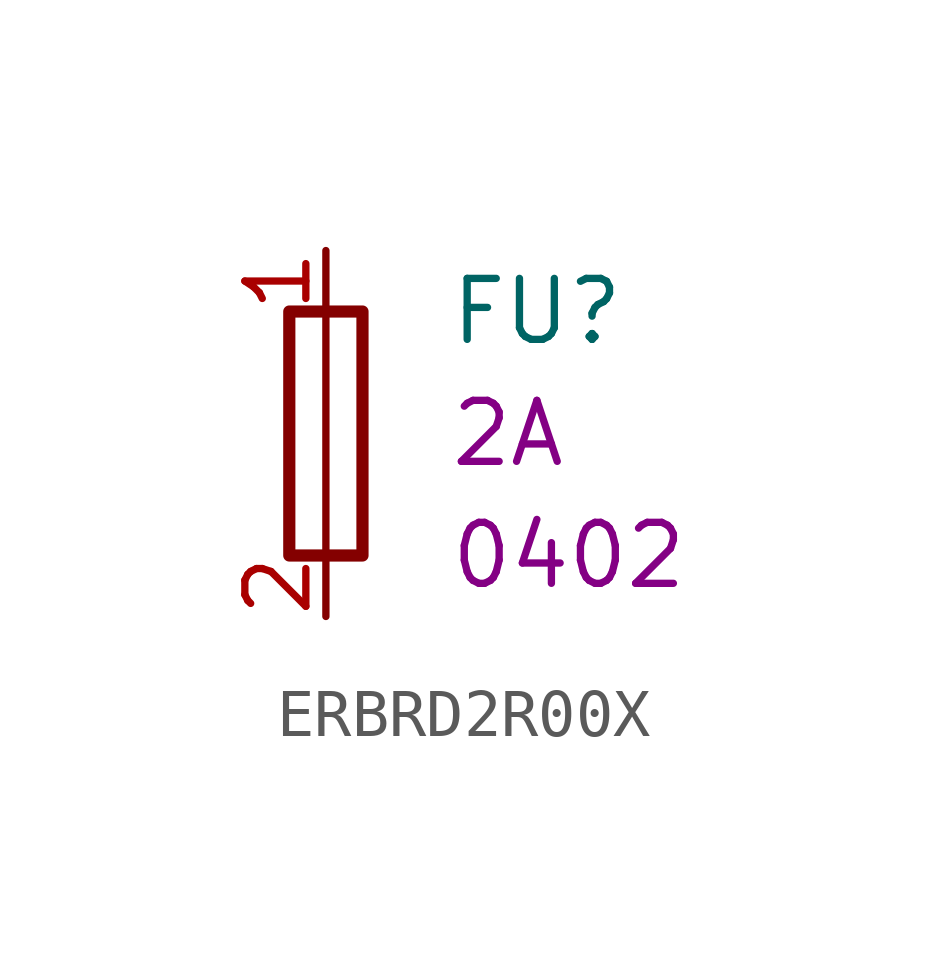
<source format=kicad_sym>
(kicad_symbol_lib
  (version 20231120)
  (generator "kicad_symbol_editor")
  (generator_version "8.0")
  (symbol "ERBRD2R00X"
    (property "Reference" "FU"
      (at 2.54 2.54 0)
      (effects (font (size 1.27 1.27)) (justify left)))
    (property "Rated Current" "2A"
      (at 2.54 0 0)
      (effects (font (size 1.27 1.27)) (justify left)))
    (property "Package" "0402"
      (at 2.54 -2.54 0)
      (effects (font (size 1.27 1.27)) (justify left)))
    (symbol "ERBRD2R00X_0_1"
      (rectangle (start -0.762 -2.54) (end 0.762 2.54) (stroke (width 0.254) (type default)) (fill (type none)))
      (polyline (pts (xy 0 2.54) (xy 0 -2.54)) (stroke (width 0) (type default)) (fill (type none))))
    (symbol "ERBRD2R00X_1_1"
      (pin unspecified line (at 0 3.81 270) (length 1.27) (name "~" (effects (font (size 1.27 1.27)))) (number "1" (effects (font (size 1.27 1.27)))))
      (pin unspecified line (at 0 -3.81 90) (length 1.27) (name "~" (effects (font (size 1.27 1.27)))) (number "2" (effects (font (size 1.27 1.27))))))))
</source>
